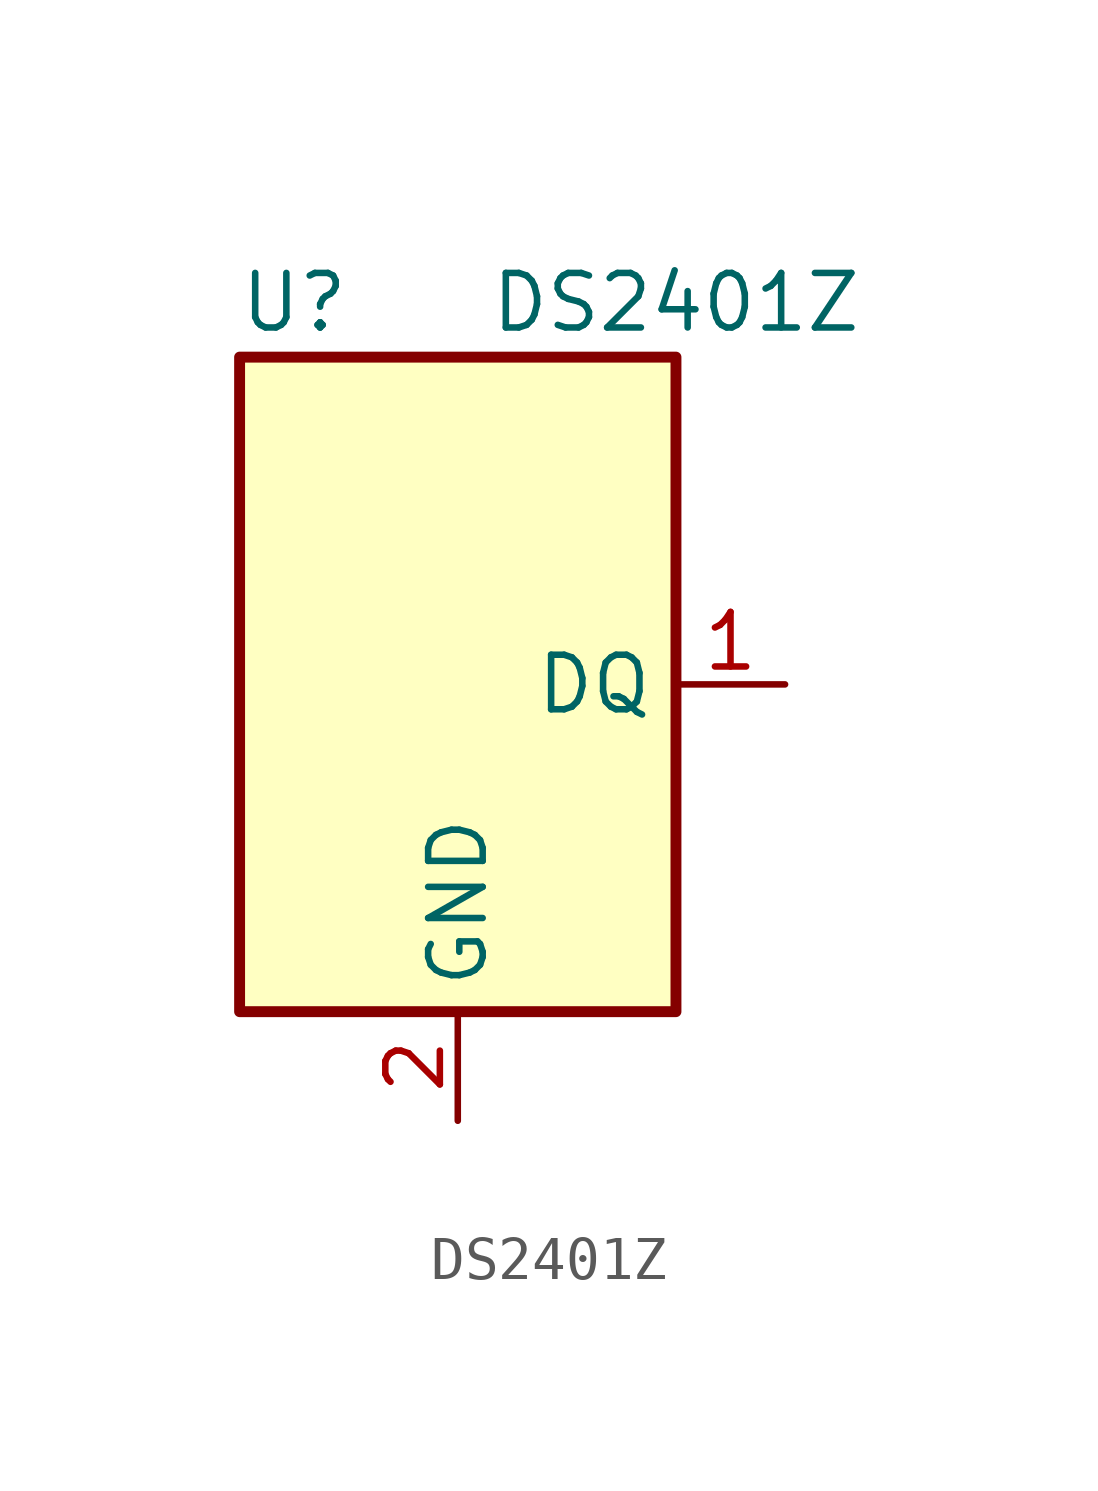
<source format=kicad_sym>
(kicad_symbol_lib
  (version 20201005)
  (generator kicad_symbol_editor)
  (symbol "DS2401Z"
    (property "Reference" "U"
      (at -3.81 8.89 0)
      (effects (font (size 1.27 1.27))))
    (property "Value" "DS2401Z"
      (at 5.08 8.89 0)
      (effects (font (size 1.27 1.27))))
    (symbol "DS2401Z_0_1"
      (rectangle (start 5.08 -7.62) (end -5.08 7.62) (stroke (width 0.254)) (fill (type background))))
    (symbol "DS2401Z_1_1"
      (pin bidirectional line (at 7.62 0 180) (length 2.54) (name "DQ" (effects (font (size 1.27 1.27)))) (number "1" (effects (font (size 1.27 1.27)))))
      (pin power_in line (at 0 -10.16 90) (length 2.54) (name "GND" (effects (font (size 1.27 1.27)))) (number "2" (effects (font (size 1.27 1.27)))))
      (pin no_connect line (at -5.08 0 0) (length 2.54) hide (name "NC" (effects (font (size 1.27 1.27)))) (number "3" (effects (font (size 1.27 1.27)))))
      (pin passive line (at 0 -10.16 90) (length 2.54) hide (name "GND" (effects (font (size 1.27 1.27)))) (number "4" (effects (font (size 1.27 1.27))))))))
</source>
